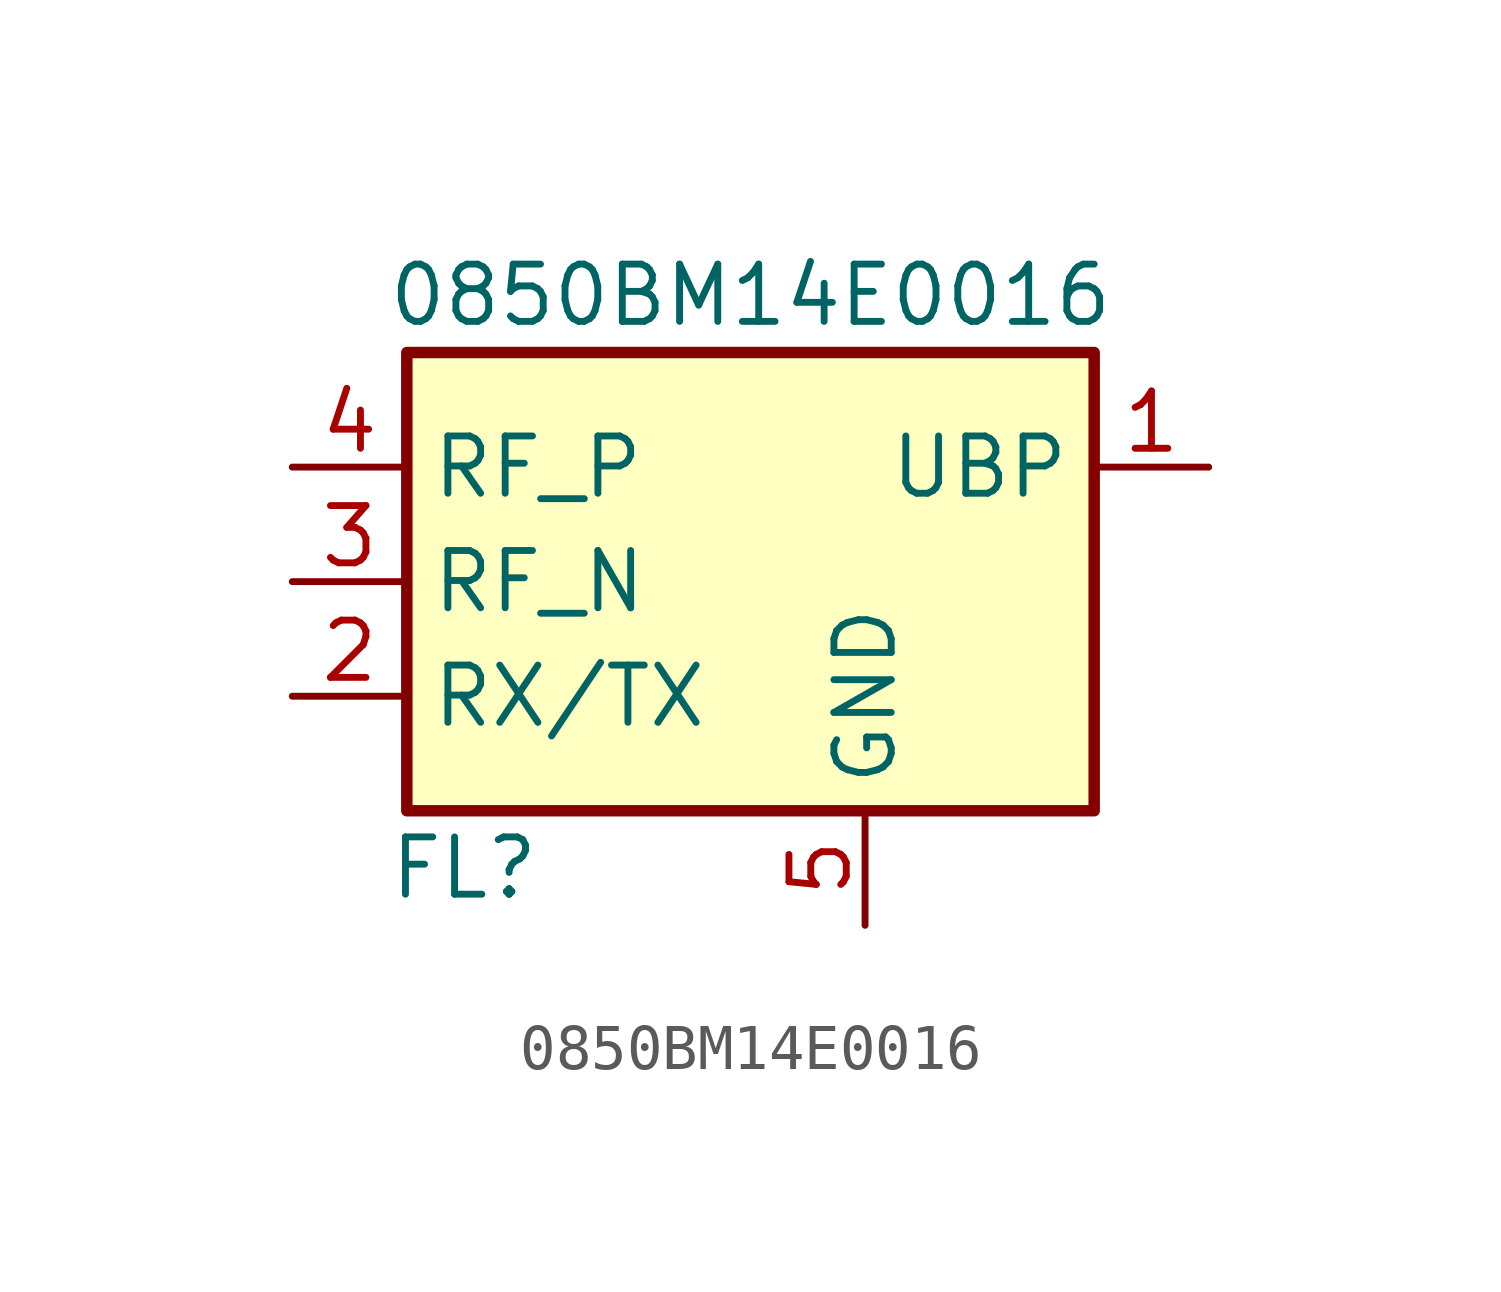
<source format=kicad_sym>
(kicad_symbol_lib
  (version 20200908)
  (generator kicad_symbol_editor)
  (symbol "Filter:0850BM14E0016"
    (property "Reference" "FL"
      (at -6.35 -6.35 0)
      (effects (font (size 1.27 1.27))))
    (property "Value" "0850BM14E0016"
      (at 0 6.35 0)
      (effects (font (size 1.27 1.27))))
    (symbol "0850BM14E0016_0_1"
      (rectangle (start -7.62 5.08) (end 7.62 -5.08) (stroke (width 0.254)) (fill (type background))))
    (symbol "0850BM14E0016_0_0"
      (pin passive line (at 10.16 2.54 180) (length 2.54) (name "UBP" (effects (font (size 1.27 1.27)))) (number "1" (effects (font (size 1.27 1.27)))))
      (pin passive line (at -10.16 -2.54 0) (length 2.54) (name "RX/TX" (effects (font (size 1.27 1.27)))) (number "2" (effects (font (size 1.27 1.27)))))
      (pin passive line (at -10.16 0 0) (length 2.54) (name "RF_N" (effects (font (size 1.27 1.27)))) (number "3" (effects (font (size 1.27 1.27)))))
      (pin passive line (at -10.16 2.54 0) (length 2.54) (name "RF_P" (effects (font (size 1.27 1.27)))) (number "4" (effects (font (size 1.27 1.27)))))
      (pin power_in line (at 2.54 -7.62 90) (length 2.54) (name "GND" (effects (font (size 1.27 1.27)))) (number "5" (effects (font (size 1.27 1.27)))))
      (pin passive line (at 2.54 -7.62 90) (length 2.54) hide (name "GND" (effects (font (size 1.27 1.27)))) (number "6" (effects (font (size 1.27 1.27))))))))
</source>
